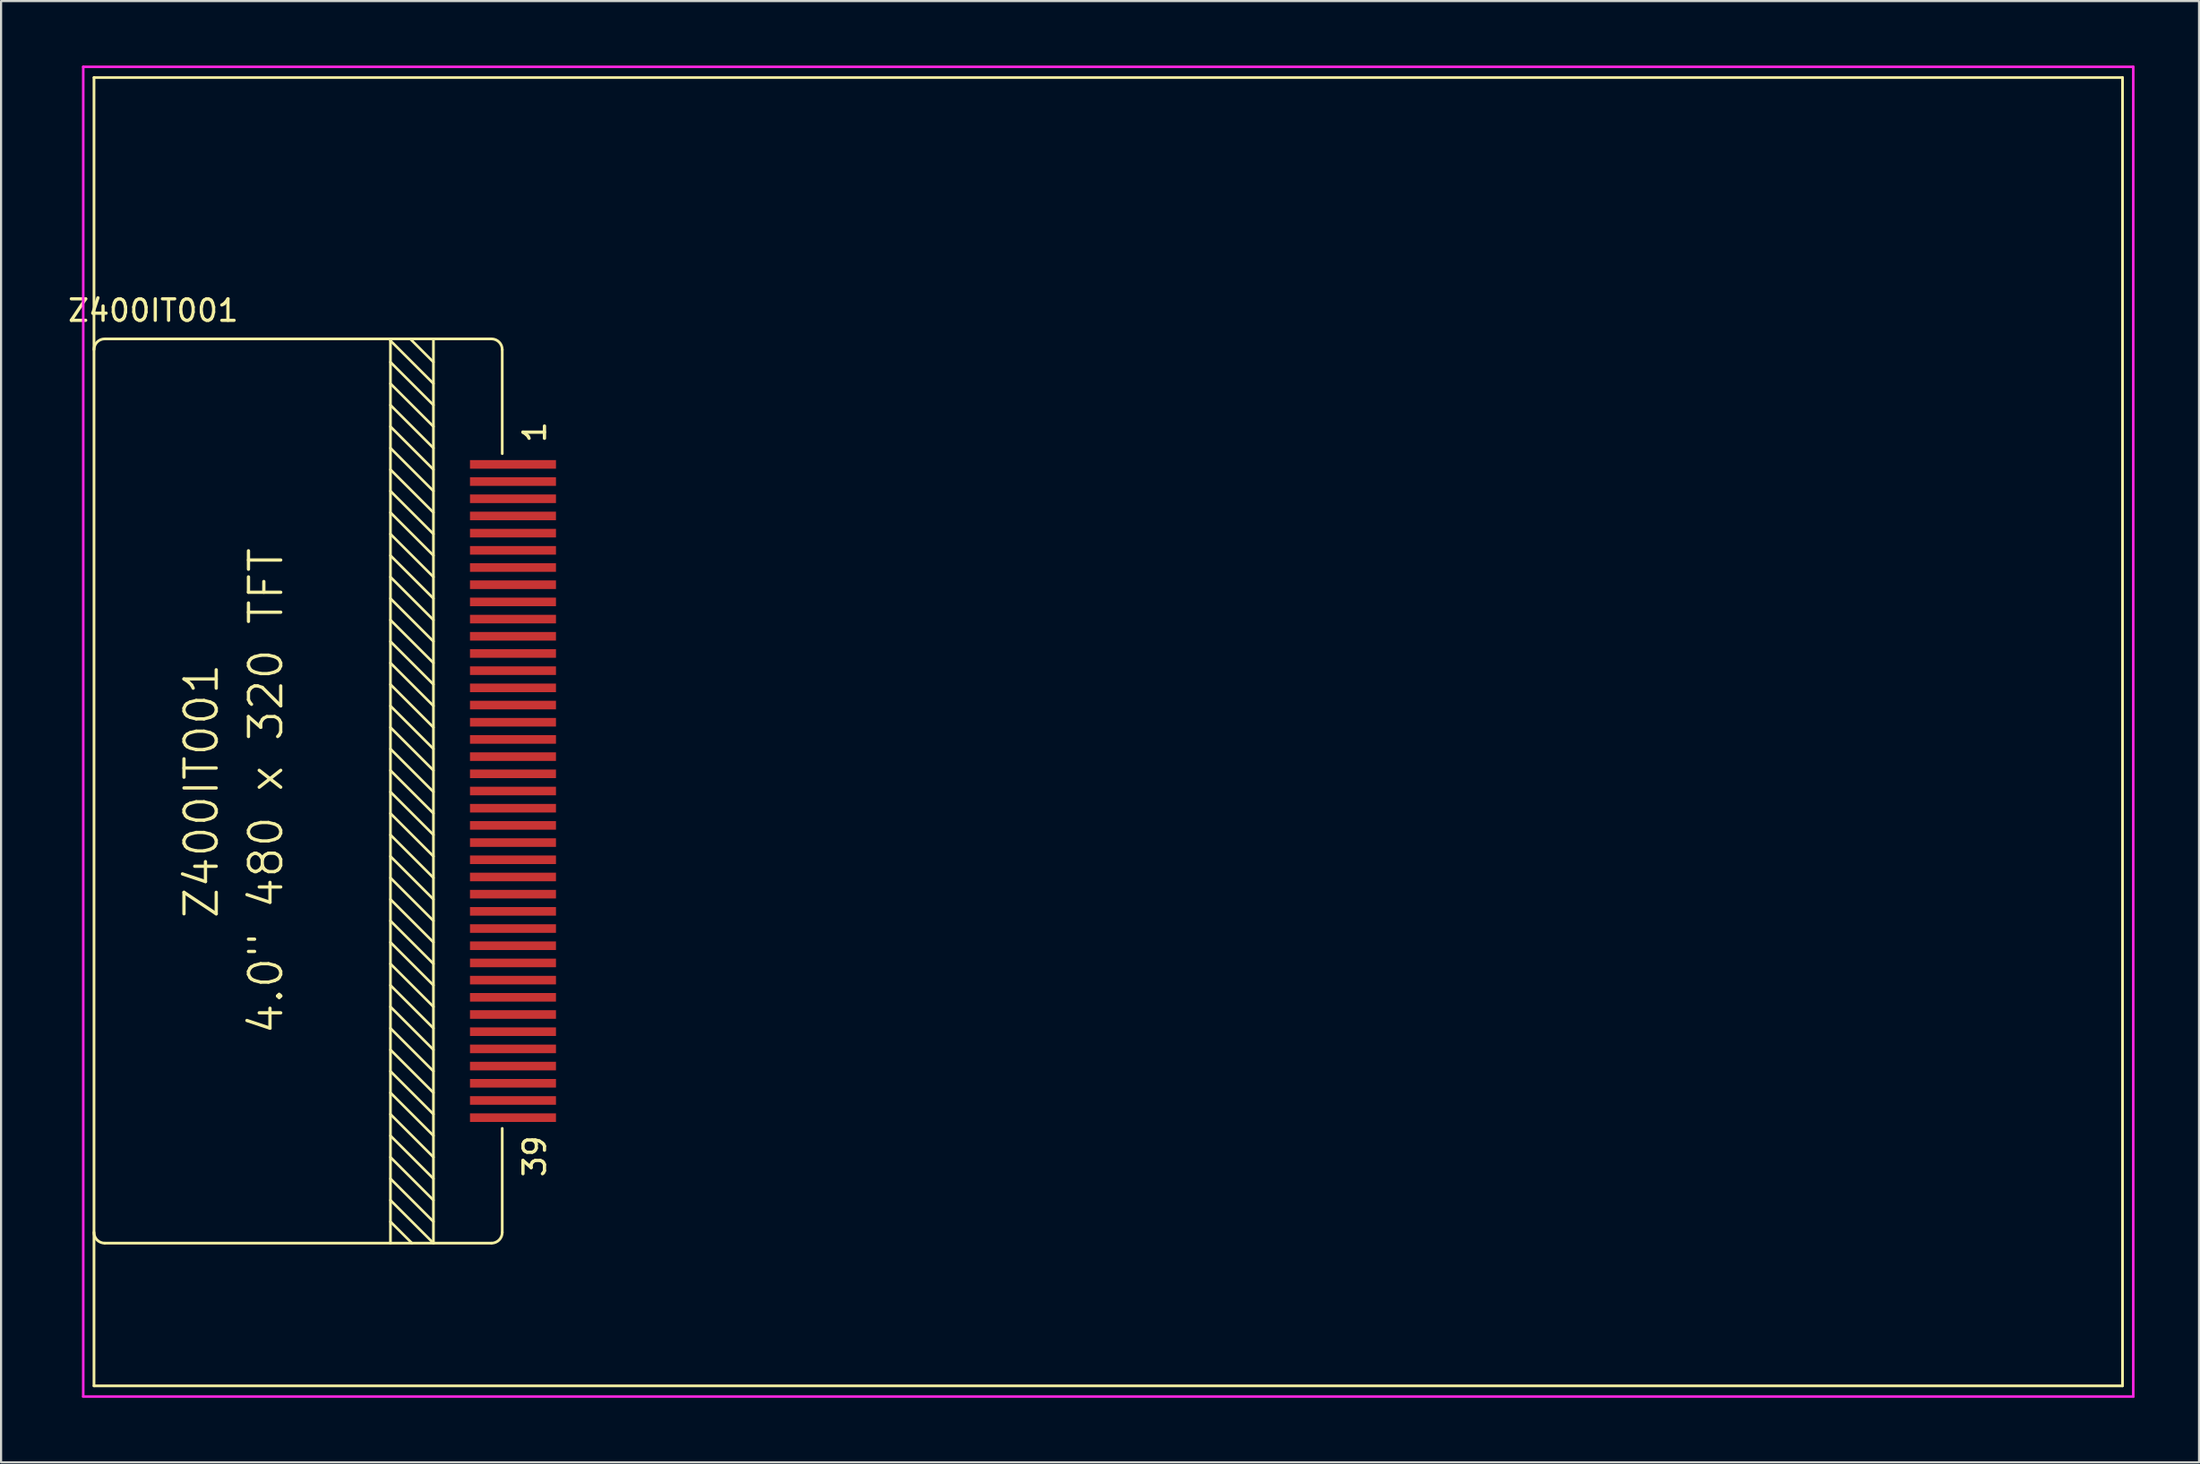
<source format=kicad_pcb>
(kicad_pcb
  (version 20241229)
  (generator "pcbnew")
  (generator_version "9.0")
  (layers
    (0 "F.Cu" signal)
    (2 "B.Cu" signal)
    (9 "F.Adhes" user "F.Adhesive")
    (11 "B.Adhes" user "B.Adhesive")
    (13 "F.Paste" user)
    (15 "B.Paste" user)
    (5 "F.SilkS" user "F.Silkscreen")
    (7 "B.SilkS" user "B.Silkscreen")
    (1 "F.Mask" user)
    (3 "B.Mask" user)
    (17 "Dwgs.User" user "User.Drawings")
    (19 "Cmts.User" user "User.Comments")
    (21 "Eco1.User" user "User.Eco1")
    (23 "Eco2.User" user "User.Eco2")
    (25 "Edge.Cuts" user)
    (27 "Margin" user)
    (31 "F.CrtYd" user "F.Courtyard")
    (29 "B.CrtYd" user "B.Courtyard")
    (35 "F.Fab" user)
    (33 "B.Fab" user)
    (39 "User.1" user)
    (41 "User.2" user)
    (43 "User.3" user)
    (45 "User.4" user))
  (footprint "Z400IT001"
    (layer "F.Cu")
    (at 51.322 31)
    (property "Reference" "Z400IT001" (at -47.245 -19.6 0) (layer "F.SilkS") (effects (font (size 1 1) (thickness 0.15))))
    (attr smd)
    (fp_line (start -50 -30.44) (end -50 30.44) (stroke (width 0.127) (type solid)) (layer "F.SilkS"))
    (fp_line (start -50 -30.44) (end 44.36 -30.44) (stroke (width 0.127) (type solid)) (layer "F.SilkS"))
    (fp_line (start -50 30.44) (end 44.36 30.44) (stroke (width 0.127) (type solid)) (layer "F.SilkS"))
    (fp_line (start -49.5 -18.28) (end -31.51 -18.28) (stroke (width 0.127) (type solid)) (layer "F.SilkS"))
    (fp_line (start -49.5 23.8) (end -31.51 23.8) (stroke (width 0.127) (type solid)) (layer "F.SilkS"))
    (fp_line (start -36.21 -18.28) (end -36.21 23.8) (stroke (width 0.127) (type solid)) (layer "F.SilkS"))
    (fp_line (start -36.21 -18.2) (end -34.21 -16.2) (stroke (width 0.12) (type solid)) (layer "F.SilkS"))
    (fp_line (start -36.21 -17.2) (end -34.21 -15.2) (stroke (width 0.12) (type solid)) (layer "F.SilkS"))
    (fp_line (start -36.21 -16.2) (end -34.21 -14.2) (stroke (width 0.12) (type solid)) (layer "F.SilkS"))
    (fp_line (start -36.21 -15.2) (end -34.21 -13.2) (stroke (width 0.12) (type solid)) (layer "F.SilkS"))
    (fp_line (start -36.21 -14.2) (end -34.21 -12.2) (stroke (width 0.12) (type solid)) (layer "F.SilkS"))
    (fp_line (start -36.21 -13.2) (end -34.21 -11.2) (stroke (width 0.12) (type solid)) (layer "F.SilkS"))
    (fp_line (start -36.21 -12.2) (end -34.21 -10.2) (stroke (width 0.12) (type solid)) (layer "F.SilkS"))
    (fp_line (start -36.21 -11.2) (end -34.21 -9.2) (stroke (width 0.12) (type solid)) (layer "F.SilkS"))
    (fp_line (start -36.21 -10.2) (end -34.21 -8.2) (stroke (width 0.12) (type solid)) (layer "F.SilkS"))
    (fp_line (start -36.21 -9.2) (end -34.21 -7.2) (stroke (width 0.12) (type solid)) (layer "F.SilkS"))
    (fp_line (start -36.21 -8.2) (end -34.21 -6.2) (stroke (width 0.12) (type solid)) (layer "F.SilkS"))
    (fp_line (start -36.21 -7.2) (end -34.21 -5.2) (stroke (width 0.12) (type solid)) (layer "F.SilkS"))
    (fp_line (start -36.21 -6.2) (end -34.21 -4.2) (stroke (width 0.12) (type solid)) (layer "F.SilkS"))
    (fp_line (start -36.21 -5.2) (end -34.21 -3.2) (stroke (width 0.12) (type solid)) (layer "F.SilkS"))
    (fp_line (start -36.21 -4.2) (end -34.21 -2.2) (stroke (width 0.12) (type solid)) (layer "F.SilkS"))
    (fp_line (start -36.21 -3.2) (end -34.21 -1.2) (stroke (width 0.12) (type solid)) (layer "F.SilkS"))
    (fp_line (start -36.21 -2.2) (end -34.21 -0.2) (stroke (width 0.12) (type solid)) (layer "F.SilkS"))
    (fp_line (start -36.21 -1.2) (end -34.21 0.8) (stroke (width 0.12) (type solid)) (layer "F.SilkS"))
    (fp_line (start -36.21 -0.2) (end -34.21 1.8) (stroke (width 0.12) (type solid)) (layer "F.SilkS"))
    (fp_line (start -36.21 0.8) (end -34.21 2.8) (stroke (width 0.12) (type solid)) (layer "F.SilkS"))
    (fp_line (start -36.21 1.8) (end -34.21 3.8) (stroke (width 0.12) (type solid)) (layer "F.SilkS"))
    (fp_line (start -36.21 2.8) (end -34.21 4.8) (stroke (width 0.12) (type solid)) (layer "F.SilkS"))
    (fp_line (start -36.21 3.8) (end -34.21 5.8) (stroke (width 0.12) (type solid)) (layer "F.SilkS"))
    (fp_line (start -36.21 4.8) (end -34.21 6.8) (stroke (width 0.12) (type solid)) (layer "F.SilkS"))
    (fp_line (start -36.21 5.8) (end -34.21 7.8) (stroke (width 0.12) (type solid)) (layer "F.SilkS"))
    (fp_line (start -36.21 6.8) (end -34.21 8.8) (stroke (width 0.12) (type solid)) (layer "F.SilkS"))
    (fp_line (start -36.21 7.8) (end -34.21 9.8) (stroke (width 0.12) (type solid)) (layer "F.SilkS"))
    (fp_line (start -36.21 8.8) (end -34.21 10.8) (stroke (width 0.12) (type solid)) (layer "F.SilkS"))
    (fp_line (start -36.21 9.8) (end -34.21 11.8) (stroke (width 0.12) (type solid)) (layer "F.SilkS"))
    (fp_line (start -36.21 10.8) (end -34.21 12.8) (stroke (width 0.12) (type solid)) (layer "F.SilkS"))
    (fp_line (start -36.21 11.8) (end -34.21 13.8) (stroke (width 0.12) (type solid)) (layer "F.SilkS"))
    (fp_line (start -36.21 12.8) (end -34.21 14.8) (stroke (width 0.12) (type solid)) (layer "F.SilkS"))
    (fp_line (start -36.21 13.8) (end -34.21 15.8) (stroke (width 0.12) (type solid)) (layer "F.SilkS"))
    (fp_line (start -36.21 14.8) (end -34.21 16.8) (stroke (width 0.12) (type solid)) (layer "F.SilkS"))
    (fp_line (start -36.21 15.8) (end -34.21 17.8) (stroke (width 0.12) (type solid)) (layer "F.SilkS"))
    (fp_line (start -36.21 16.8) (end -34.21 18.8) (stroke (width 0.12) (type solid)) (layer "F.SilkS"))
    (fp_line (start -36.21 17.8) (end -34.21 19.8) (stroke (width 0.12) (type solid)) (layer "F.SilkS"))
    (fp_line (start -36.21 18.8) (end -34.21 20.8) (stroke (width 0.12) (type solid)) (layer "F.SilkS"))
    (fp_line (start -36.21 19.8) (end -34.21 21.8) (stroke (width 0.12) (type solid)) (layer "F.SilkS"))
    (fp_line (start -36.21 20.8) (end -34.21 22.8) (stroke (width 0.12) (type solid)) (layer "F.SilkS"))
    (fp_line (start -36.21 21.8) (end -34.21 23.8) (stroke (width 0.12) (type solid)) (layer "F.SilkS"))
    (fp_line (start -36.21 22.8) (end -35.21 23.8) (stroke (width 0.12) (type solid)) (layer "F.SilkS"))
    (fp_line (start -35.26 -18.25) (end -34.21 -17.2) (stroke (width 0.12) (type solid)) (layer "F.SilkS"))
    (fp_line (start -34.21 -18.28) (end -34.21 23.8) (stroke (width 0.127) (type solid)) (layer "F.SilkS"))
    (fp_line (start -31.01 -17.78) (end -31.01 -12.94) (stroke (width 0.127) (type solid)) (layer "F.SilkS"))
    (fp_line (start -31.01 23.3) (end -31.01 18.46) (stroke (width 0.127) (type solid)) (layer "F.SilkS"))
    (fp_line (start 44.36 -30.44) (end 44.36 30.44) (stroke (width 0.127) (type solid)) (layer "F.SilkS"))
    (fp_arc (start -50 -17.78) (mid -49.853553 -18.133553) (end -49.5 -18.28) (stroke (width 0.127) (type solid)) (layer "F.SilkS"))
    (fp_arc (start -49.5 23.8) (mid -49.853553 23.653553) (end -50 23.3) (stroke (width 0.127) (type solid)) (layer "F.SilkS"))
    (fp_arc (start -31.51 -18.28) (mid -31.156447 -18.133553) (end -31.01 -17.78) (stroke (width 0.127) (type solid)) (layer "F.SilkS"))
    (fp_arc (start -31.01 23.3) (mid -31.156447 23.653553) (end -31.51 23.8) (stroke (width 0.127) (type solid)) (layer "F.SilkS"))
    (fp_line (start -50.5 -30.94) (end -50.5 30.94) (stroke (width 0.12) (type solid)) (layer "F.CrtYd"))
    (fp_line (start -50.5 -30.94) (end 44.86 -30.94) (stroke (width 0.12) (type solid)) (layer "F.CrtYd"))
    (fp_line (start -50.5 30.94) (end 44.86 30.94) (stroke (width 0.12) (type solid)) (layer "F.CrtYd"))
    (fp_line (start 44.86 30.94) (end 44.86 -30.94) (stroke (width 0.12) (type solid)) (layer "F.CrtYd"))
    (fp_text user "4.0\" 480 x 320 TFT" (at -42 2.76 90) (layer "F.SilkS") (effects (font (size 1.5 1.5) (thickness 0.152))))
    (fp_text user "1" (at -29.5 -13.94 90) (layer "F.SilkS") (effects (font (size 1 1) (thickness 0.152))))
    (fp_text user "Z400IT001" (at -45 2.76 90) (layer "F.SilkS") (effects (font (size 1.5 1.5) (thickness 0.152))))
    (fp_text user "39" (at -29.5 19.76 90) (layer "F.SilkS") (effects (font (size 1 1) (thickness 0.152))))
    (pad "1" smd rect (at -30.51 -12.44 270) (size 0.4 4) (layers "F.Cu" "F.Mask" "F.Paste"))
    (pad "2" smd rect (at -30.51 -11.64 270) (size 0.4 4) (layers "F.Cu" "F.Mask" "F.Paste"))
    (pad "3" smd rect (at -30.51 -10.84 270) (size 0.4 4) (layers "F.Cu" "F.Mask" "F.Paste"))
    (pad "4" smd rect (at -30.51 -10.04 270) (size 0.4 4) (layers "F.Cu" "F.Mask" "F.Paste"))
    (pad "5" smd rect (at -30.51 -9.24 270) (size 0.4 4) (layers "F.Cu" "F.Mask" "F.Paste"))
    (pad "6" smd rect (at -30.51 -8.44 270) (size 0.4 4) (layers "F.Cu" "F.Mask" "F.Paste"))
    (pad "7" smd rect (at -30.51 -7.64 270) (size 0.4 4) (layers "F.Cu" "F.Mask" "F.Paste"))
    (pad "8" smd rect (at -30.51 -6.84 270) (size 0.4 4) (layers "F.Cu" "F.Mask" "F.Paste"))
    (pad "9" smd rect (at -30.51 -6.04 270) (size 0.4 4) (layers "F.Cu" "F.Mask" "F.Paste"))
    (pad "10" smd rect (at -30.51 -5.24 270) (size 0.4 4) (layers "F.Cu" "F.Mask" "F.Paste"))
    (pad "11" smd rect (at -30.51 -4.44 270) (size 0.4 4) (layers "F.Cu" "F.Mask" "F.Paste"))
    (pad "12" smd rect (at -30.51 -3.64 270) (size 0.4 4) (layers "F.Cu" "F.Mask" "F.Paste"))
    (pad "13" smd rect (at -30.51 -2.84 270) (size 0.4 4) (layers "F.Cu" "F.Mask" "F.Paste"))
    (pad "14" smd rect (at -30.51 -2.04 270) (size 0.4 4) (layers "F.Cu" "F.Mask" "F.Paste"))
    (pad "15" smd rect (at -30.51 -1.24 270) (size 0.4 4) (layers "F.Cu" "F.Mask" "F.Paste"))
    (pad "16" smd rect (at -30.51 -0.44 270) (size 0.4 4) (layers "F.Cu" "F.Mask" "F.Paste"))
    (pad "17" smd rect (at -30.51 0.36 270) (size 0.4 4) (layers "F.Cu" "F.Mask" "F.Paste"))
    (pad "18" smd rect (at -30.51 1.16 270) (size 0.4 4) (layers "F.Cu" "F.Mask" "F.Paste"))
    (pad "19" smd rect (at -30.51 1.96 270) (size 0.4 4) (layers "F.Cu" "F.Mask" "F.Paste"))
    (pad "20" smd rect (at -30.51 2.76 270) (size 0.4 4) (layers "F.Cu" "F.Mask" "F.Paste"))
    (pad "21" smd rect (at -30.51 3.56 270) (size 0.4 4) (layers "F.Cu" "F.Mask" "F.Paste"))
    (pad "22" smd rect (at -30.51 4.36 270) (size 0.4 4) (layers "F.Cu" "F.Mask" "F.Paste"))
    (pad "23" smd rect (at -30.51 5.16 270) (size 0.4 4) (layers "F.Cu" "F.Mask" "F.Paste"))
    (pad "24" smd rect (at -30.51 5.96 270) (size 0.4 4) (layers "F.Cu" "F.Mask" "F.Paste"))
    (pad "25" smd rect (at -30.51 6.76 270) (size 0.4 4) (layers "F.Cu" "F.Mask" "F.Paste"))
    (pad "26" smd rect (at -30.51 7.56 270) (size 0.4 4) (layers "F.Cu" "F.Mask" "F.Paste"))
    (pad "27" smd rect (at -30.51 8.36 270) (size 0.4 4) (layers "F.Cu" "F.Mask" "F.Paste"))
    (pad "28" smd rect (at -30.51 9.16 270) (size 0.4 4) (layers "F.Cu" "F.Mask" "F.Paste"))
    (pad "29" smd rect (at -30.51 9.96 270) (size 0.4 4) (layers "F.Cu" "F.Mask" "F.Paste"))
    (pad "30" smd rect (at -30.51 10.76 270) (size 0.4 4) (layers "F.Cu" "F.Mask" "F.Paste"))
    (pad "31" smd rect (at -30.51 11.56 270) (size 0.4 4) (layers "F.Cu" "F.Mask" "F.Paste"))
    (pad "32" smd rect (at -30.51 12.36 270) (size 0.4 4) (layers "F.Cu" "F.Mask" "F.Paste"))
    (pad "33" smd rect (at -30.51 13.16 270) (size 0.4 4) (layers "F.Cu" "F.Mask" "F.Paste"))
    (pad "34" smd rect (at -30.51 13.96 270) (size 0.4 4) (layers "F.Cu" "F.Mask" "F.Paste"))
    (pad "35" smd rect (at -30.51 14.76 270) (size 0.4 4) (layers "F.Cu" "F.Mask" "F.Paste"))
    (pad "36" smd rect (at -30.51 15.56 270) (size 0.4 4) (layers "F.Cu" "F.Mask" "F.Paste"))
    (pad "37" smd rect (at -30.51 16.36 270) (size 0.4 4) (layers "F.Cu" "F.Mask" "F.Paste"))
    (pad "38" smd rect (at -30.51 17.16 270) (size 0.4 4) (layers "F.Cu" "F.Mask" "F.Paste"))
    (pad "39" smd rect (at -30.51 17.96 270) (size 0.4 4) (layers "F.Cu" "F.Mask" "F.Paste")))
  (gr_rect
    (start -3 -3)
    (end 99.242 65)
    (stroke (width 0.1) (type default))
    (fill no)
    (layer "Edge.Cuts")))
</source>
